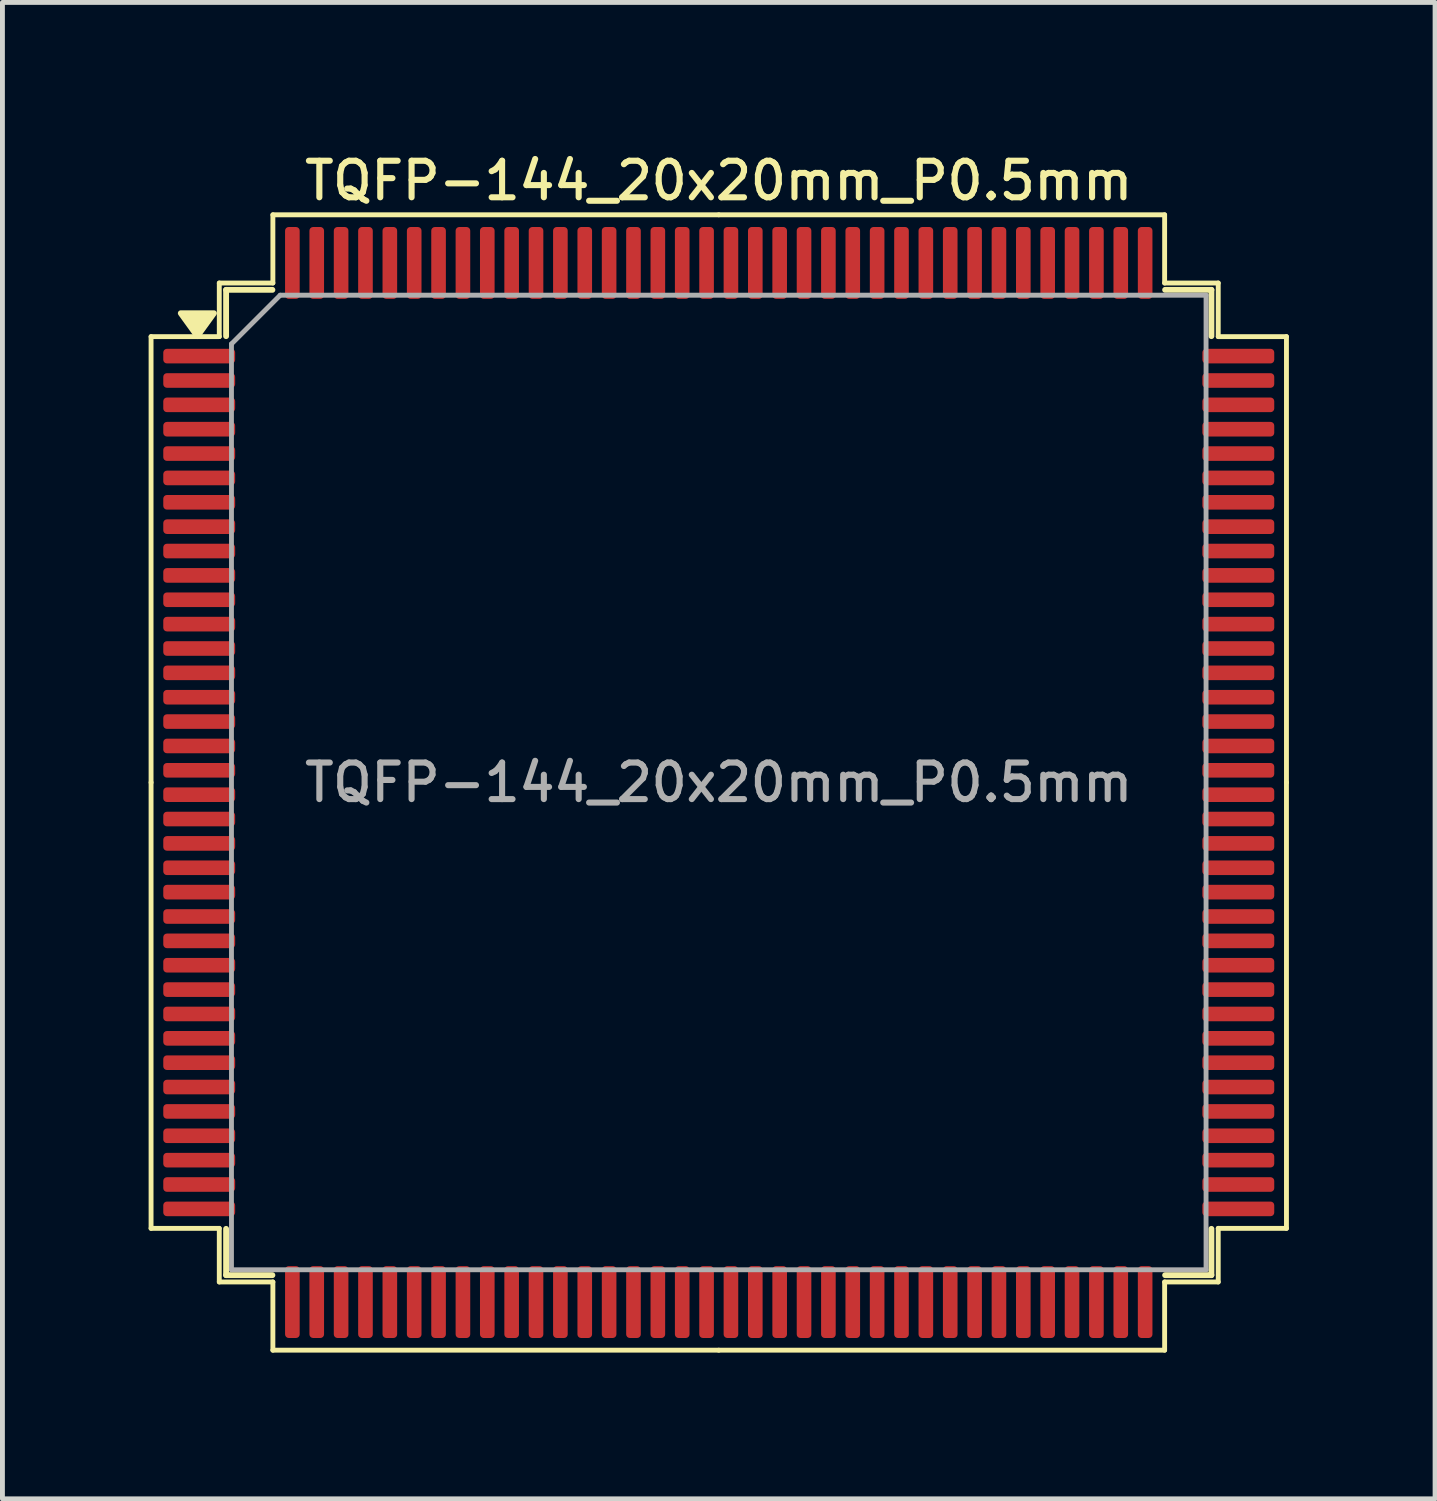
<source format=kicad_pcb>
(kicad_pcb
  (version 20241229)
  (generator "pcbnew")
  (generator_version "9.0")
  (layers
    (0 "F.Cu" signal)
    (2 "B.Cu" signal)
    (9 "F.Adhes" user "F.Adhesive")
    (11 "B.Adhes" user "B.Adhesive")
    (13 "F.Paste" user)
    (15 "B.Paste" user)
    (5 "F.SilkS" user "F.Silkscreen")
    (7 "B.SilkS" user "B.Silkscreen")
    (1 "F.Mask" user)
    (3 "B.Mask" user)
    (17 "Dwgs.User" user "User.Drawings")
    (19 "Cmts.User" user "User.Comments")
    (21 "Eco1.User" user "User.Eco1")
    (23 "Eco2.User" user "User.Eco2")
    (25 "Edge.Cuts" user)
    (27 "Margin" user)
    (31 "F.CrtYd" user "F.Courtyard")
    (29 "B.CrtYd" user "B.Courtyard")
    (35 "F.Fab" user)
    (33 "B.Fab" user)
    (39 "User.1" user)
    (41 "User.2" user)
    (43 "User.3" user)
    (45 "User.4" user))
  (footprint "TQFP-144_20x20mm_P0.5mm"
    (layer "F.Cu")
    (at 11.7 13.008)
    (property "Reference" "TQFP-144_20x20mm_P0.5mm" (at 0 -12.35 0) (layer "F.SilkS") (effects (font (size 0.75 0.75) (thickness 0.125))))
    (attr smd)
    (fp_line (start -11.65 -9.15) (end -11.65 0) (stroke (width 0.1) (type solid)) (layer "F.SilkS"))
    (fp_line (start -11.65 9.15) (end -11.65 0) (stroke (width 0.1) (type solid)) (layer "F.SilkS"))
    (fp_line (start -10.25 -10.25) (end -10.25 -9.15) (stroke (width 0.1) (type solid)) (layer "F.SilkS"))
    (fp_line (start -10.25 -9.15) (end -11.65 -9.15) (stroke (width 0.1) (type solid)) (layer "F.SilkS"))
    (fp_line (start -10.25 9.15) (end -11.65 9.15) (stroke (width 0.1) (type solid)) (layer "F.SilkS"))
    (fp_line (start -10.25 10.25) (end -10.25 9.15) (stroke (width 0.1) (type solid)) (layer "F.SilkS"))
    (fp_line (start -10.11 -10.11) (end -10.11 -9.16) (stroke (width 0.12) (type solid)) (layer "F.SilkS"))
    (fp_line (start -10.11 10.11) (end -10.11 9.16) (stroke (width 0.12) (type solid)) (layer "F.SilkS"))
    (fp_line (start -9.16 -10.11) (end -10.11 -10.11) (stroke (width 0.12) (type solid)) (layer "F.SilkS"))
    (fp_line (start -9.16 10.11) (end -10.11 10.11) (stroke (width 0.12) (type solid)) (layer "F.SilkS"))
    (fp_line (start -9.15 -11.65) (end -9.15 -10.25) (stroke (width 0.1) (type solid)) (layer "F.SilkS"))
    (fp_line (start -9.15 -10.25) (end -10.25 -10.25) (stroke (width 0.1) (type solid)) (layer "F.SilkS"))
    (fp_line (start -9.15 10.25) (end -10.25 10.25) (stroke (width 0.1) (type solid)) (layer "F.SilkS"))
    (fp_line (start -9.15 11.65) (end -9.15 10.25) (stroke (width 0.1) (type solid)) (layer "F.SilkS"))
    (fp_line (start 0 -11.65) (end -9.15 -11.65) (stroke (width 0.1) (type solid)) (layer "F.SilkS"))
    (fp_line (start 0 -11.65) (end 9.15 -11.65) (stroke (width 0.1) (type solid)) (layer "F.SilkS"))
    (fp_line (start 0 11.65) (end -9.15 11.65) (stroke (width 0.1) (type solid)) (layer "F.SilkS"))
    (fp_line (start 0 11.65) (end 9.15 11.65) (stroke (width 0.1) (type solid)) (layer "F.SilkS"))
    (fp_line (start 9.15 -11.65) (end 9.15 -10.25) (stroke (width 0.1) (type solid)) (layer "F.SilkS"))
    (fp_line (start 9.15 -10.25) (end 10.25 -10.25) (stroke (width 0.1) (type solid)) (layer "F.SilkS"))
    (fp_line (start 9.15 10.25) (end 10.25 10.25) (stroke (width 0.1) (type solid)) (layer "F.SilkS"))
    (fp_line (start 9.15 11.65) (end 9.15 10.25) (stroke (width 0.1) (type solid)) (layer "F.SilkS"))
    (fp_line (start 9.16 -10.11) (end 10.11 -10.11) (stroke (width 0.12) (type solid)) (layer "F.SilkS"))
    (fp_line (start 9.16 10.11) (end 10.11 10.11) (stroke (width 0.12) (type solid)) (layer "F.SilkS"))
    (fp_line (start 10.11 -10.11) (end 10.11 -9.16) (stroke (width 0.12) (type solid)) (layer "F.SilkS"))
    (fp_line (start 10.11 10.11) (end 10.11 9.16) (stroke (width 0.12) (type solid)) (layer "F.SilkS"))
    (fp_line (start 10.25 -10.25) (end 10.25 -9.15) (stroke (width 0.1) (type solid)) (layer "F.SilkS"))
    (fp_line (start 10.25 -9.15) (end 11.65 -9.15) (stroke (width 0.1) (type solid)) (layer "F.SilkS"))
    (fp_line (start 10.25 9.15) (end 11.65 9.15) (stroke (width 0.1) (type solid)) (layer "F.SilkS"))
    (fp_line (start 10.25 10.25) (end 10.25 9.15) (stroke (width 0.1) (type solid)) (layer "F.SilkS"))
    (fp_line (start 11.65 -9.15) (end 11.65 0) (stroke (width 0.1) (type solid)) (layer "F.SilkS"))
    (fp_line (start 11.65 9.15) (end 11.65 0) (stroke (width 0.1) (type solid)) (layer "F.SilkS"))
    (fp_poly (pts (xy -10.7 -9.16) (xy -11.04 -9.63) (xy -10.36 -9.63) (xy -10.7 -9.16)) (stroke (width 0.12) (type solid)) (fill yes) (layer "F.SilkS"))
    (fp_line (start -10 -9) (end -9 -10) (stroke (width 0.1) (type solid)) (layer "F.Fab"))
    (fp_line (start -10 10) (end -10 -9) (stroke (width 0.1) (type solid)) (layer "F.Fab"))
    (fp_line (start -9 -10) (end 10 -10) (stroke (width 0.1) (type solid)) (layer "F.Fab"))
    (fp_line (start 10 -10) (end 10 10) (stroke (width 0.1) (type solid)) (layer "F.Fab"))
    (fp_line (start 10 10) (end -10 10) (stroke (width 0.1) (type solid)) (layer "F.Fab"))
    (fp_text user "${REFERENCE}" (at 0 0 0) (layer "F.Fab") (effects (font (size 0.75 0.75) (thickness 0.125))))
    (pad "1" smd roundrect (at -10.662 -8.75) (size 1.475 0.3) (layers "F.Cu" "F.Mask" "F.Paste") (roundrect_rratio 0.25))
    (pad "2" smd roundrect (at -10.662 -8.25) (size 1.475 0.3) (layers "F.Cu" "F.Mask" "F.Paste") (roundrect_rratio 0.25))
    (pad "3" smd roundrect (at -10.662 -7.75) (size 1.475 0.3) (layers "F.Cu" "F.Mask" "F.Paste") (roundrect_rratio 0.25))
    (pad "4" smd roundrect (at -10.662 -7.25) (size 1.475 0.3) (layers "F.Cu" "F.Mask" "F.Paste") (roundrect_rratio 0.25))
    (pad "5" smd roundrect (at -10.662 -6.75) (size 1.475 0.3) (layers "F.Cu" "F.Mask" "F.Paste") (roundrect_rratio 0.25))
    (pad "6" smd roundrect (at -10.662 -6.25) (size 1.475 0.3) (layers "F.Cu" "F.Mask" "F.Paste") (roundrect_rratio 0.25))
    (pad "7" smd roundrect (at -10.662 -5.75) (size 1.475 0.3) (layers "F.Cu" "F.Mask" "F.Paste") (roundrect_rratio 0.25))
    (pad "8" smd roundrect (at -10.662 -5.25) (size 1.475 0.3) (layers "F.Cu" "F.Mask" "F.Paste") (roundrect_rratio 0.25))
    (pad "9" smd roundrect (at -10.662 -4.75) (size 1.475 0.3) (layers "F.Cu" "F.Mask" "F.Paste") (roundrect_rratio 0.25))
    (pad "10" smd roundrect (at -10.662 -4.25) (size 1.475 0.3) (layers "F.Cu" "F.Mask" "F.Paste") (roundrect_rratio 0.25))
    (pad "11" smd roundrect (at -10.662 -3.75) (size 1.475 0.3) (layers "F.Cu" "F.Mask" "F.Paste") (roundrect_rratio 0.25))
    (pad "12" smd roundrect (at -10.662 -3.25) (size 1.475 0.3) (layers "F.Cu" "F.Mask" "F.Paste") (roundrect_rratio 0.25))
    (pad "13" smd roundrect (at -10.662 -2.75) (size 1.475 0.3) (layers "F.Cu" "F.Mask" "F.Paste") (roundrect_rratio 0.25))
    (pad "14" smd roundrect (at -10.662 -2.25) (size 1.475 0.3) (layers "F.Cu" "F.Mask" "F.Paste") (roundrect_rratio 0.25))
    (pad "15" smd roundrect (at -10.662 -1.75) (size 1.475 0.3) (layers "F.Cu" "F.Mask" "F.Paste") (roundrect_rratio 0.25))
    (pad "16" smd roundrect (at -10.662 -1.25) (size 1.475 0.3) (layers "F.Cu" "F.Mask" "F.Paste") (roundrect_rratio 0.25))
    (pad "17" smd roundrect (at -10.662 -0.75) (size 1.475 0.3) (layers "F.Cu" "F.Mask" "F.Paste") (roundrect_rratio 0.25))
    (pad "18" smd roundrect (at -10.662 -0.25) (size 1.475 0.3) (layers "F.Cu" "F.Mask" "F.Paste") (roundrect_rratio 0.25))
    (pad "19" smd roundrect (at -10.662 0.25) (size 1.475 0.3) (layers "F.Cu" "F.Mask" "F.Paste") (roundrect_rratio 0.25))
    (pad "20" smd roundrect (at -10.662 0.75) (size 1.475 0.3) (layers "F.Cu" "F.Mask" "F.Paste") (roundrect_rratio 0.25))
    (pad "21" smd roundrect (at -10.662 1.25) (size 1.475 0.3) (layers "F.Cu" "F.Mask" "F.Paste") (roundrect_rratio 0.25))
    (pad "22" smd roundrect (at -10.662 1.75) (size 1.475 0.3) (layers "F.Cu" "F.Mask" "F.Paste") (roundrect_rratio 0.25))
    (pad "23" smd roundrect (at -10.662 2.25) (size 1.475 0.3) (layers "F.Cu" "F.Mask" "F.Paste") (roundrect_rratio 0.25))
    (pad "24" smd roundrect (at -10.662 2.75) (size 1.475 0.3) (layers "F.Cu" "F.Mask" "F.Paste") (roundrect_rratio 0.25))
    (pad "25" smd roundrect (at -10.662 3.25) (size 1.475 0.3) (layers "F.Cu" "F.Mask" "F.Paste") (roundrect_rratio 0.25))
    (pad "26" smd roundrect (at -10.662 3.75) (size 1.475 0.3) (layers "F.Cu" "F.Mask" "F.Paste") (roundrect_rratio 0.25))
    (pad "27" smd roundrect (at -10.662 4.25) (size 1.475 0.3) (layers "F.Cu" "F.Mask" "F.Paste") (roundrect_rratio 0.25))
    (pad "28" smd roundrect (at -10.662 4.75) (size 1.475 0.3) (layers "F.Cu" "F.Mask" "F.Paste") (roundrect_rratio 0.25))
    (pad "29" smd roundrect (at -10.662 5.25) (size 1.475 0.3) (layers "F.Cu" "F.Mask" "F.Paste") (roundrect_rratio 0.25))
    (pad "30" smd roundrect (at -10.662 5.75) (size 1.475 0.3) (layers "F.Cu" "F.Mask" "F.Paste") (roundrect_rratio 0.25))
    (pad "31" smd roundrect (at -10.662 6.25) (size 1.475 0.3) (layers "F.Cu" "F.Mask" "F.Paste") (roundrect_rratio 0.25))
    (pad "32" smd roundrect (at -10.662 6.75) (size 1.475 0.3) (layers "F.Cu" "F.Mask" "F.Paste") (roundrect_rratio 0.25))
    (pad "33" smd roundrect (at -10.662 7.25) (size 1.475 0.3) (layers "F.Cu" "F.Mask" "F.Paste") (roundrect_rratio 0.25))
    (pad "34" smd roundrect (at -10.662 7.75) (size 1.475 0.3) (layers "F.Cu" "F.Mask" "F.Paste") (roundrect_rratio 0.25))
    (pad "35" smd roundrect (at -10.662 8.25) (size 1.475 0.3) (layers "F.Cu" "F.Mask" "F.Paste") (roundrect_rratio 0.25))
    (pad "36" smd roundrect (at -10.662 8.75) (size 1.475 0.3) (layers "F.Cu" "F.Mask" "F.Paste") (roundrect_rratio 0.25))
    (pad "37" smd roundrect (at -8.75 10.662) (size 0.3 1.475) (layers "F.Cu" "F.Mask" "F.Paste") (roundrect_rratio 0.25))
    (pad "38" smd roundrect (at -8.25 10.662) (size 0.3 1.475) (layers "F.Cu" "F.Mask" "F.Paste") (roundrect_rratio 0.25))
    (pad "39" smd roundrect (at -7.75 10.662) (size 0.3 1.475) (layers "F.Cu" "F.Mask" "F.Paste") (roundrect_rratio 0.25))
    (pad "40" smd roundrect (at -7.25 10.662) (size 0.3 1.475) (layers "F.Cu" "F.Mask" "F.Paste") (roundrect_rratio 0.25))
    (pad "41" smd roundrect (at -6.75 10.662) (size 0.3 1.475) (layers "F.Cu" "F.Mask" "F.Paste") (roundrect_rratio 0.25))
    (pad "42" smd roundrect (at -6.25 10.662) (size 0.3 1.475) (layers "F.Cu" "F.Mask" "F.Paste") (roundrect_rratio 0.25))
    (pad "43" smd roundrect (at -5.75 10.662) (size 0.3 1.475) (layers "F.Cu" "F.Mask" "F.Paste") (roundrect_rratio 0.25))
    (pad "44" smd roundrect (at -5.25 10.662) (size 0.3 1.475) (layers "F.Cu" "F.Mask" "F.Paste") (roundrect_rratio 0.25))
    (pad "45" smd roundrect (at -4.75 10.662) (size 0.3 1.475) (layers "F.Cu" "F.Mask" "F.Paste") (roundrect_rratio 0.25))
    (pad "46" smd roundrect (at -4.25 10.662) (size 0.3 1.475) (layers "F.Cu" "F.Mask" "F.Paste") (roundrect_rratio 0.25))
    (pad "47" smd roundrect (at -3.75 10.662) (size 0.3 1.475) (layers "F.Cu" "F.Mask" "F.Paste") (roundrect_rratio 0.25))
    (pad "48" smd roundrect (at -3.25 10.662) (size 0.3 1.475) (layers "F.Cu" "F.Mask" "F.Paste") (roundrect_rratio 0.25))
    (pad "49" smd roundrect (at -2.75 10.662) (size 0.3 1.475) (layers "F.Cu" "F.Mask" "F.Paste") (roundrect_rratio 0.25))
    (pad "50" smd roundrect (at -2.25 10.662) (size 0.3 1.475) (layers "F.Cu" "F.Mask" "F.Paste") (roundrect_rratio 0.25))
    (pad "51" smd roundrect (at -1.75 10.662) (size 0.3 1.475) (layers "F.Cu" "F.Mask" "F.Paste") (roundrect_rratio 0.25))
    (pad "52" smd roundrect (at -1.25 10.662) (size 0.3 1.475) (layers "F.Cu" "F.Mask" "F.Paste") (roundrect_rratio 0.25))
    (pad "53" smd roundrect (at -0.75 10.662) (size 0.3 1.475) (layers "F.Cu" "F.Mask" "F.Paste") (roundrect_rratio 0.25))
    (pad "54" smd roundrect (at -0.25 10.662) (size 0.3 1.475) (layers "F.Cu" "F.Mask" "F.Paste") (roundrect_rratio 0.25))
    (pad "55" smd roundrect (at 0.25 10.662) (size 0.3 1.475) (layers "F.Cu" "F.Mask" "F.Paste") (roundrect_rratio 0.25))
    (pad "56" smd roundrect (at 0.75 10.662) (size 0.3 1.475) (layers "F.Cu" "F.Mask" "F.Paste") (roundrect_rratio 0.25))
    (pad "57" smd roundrect (at 1.25 10.662) (size 0.3 1.475) (layers "F.Cu" "F.Mask" "F.Paste") (roundrect_rratio 0.25))
    (pad "58" smd roundrect (at 1.75 10.662) (size 0.3 1.475) (layers "F.Cu" "F.Mask" "F.Paste") (roundrect_rratio 0.25))
    (pad "59" smd roundrect (at 2.25 10.662) (size 0.3 1.475) (layers "F.Cu" "F.Mask" "F.Paste") (roundrect_rratio 0.25))
    (pad "60" smd roundrect (at 2.75 10.662) (size 0.3 1.475) (layers "F.Cu" "F.Mask" "F.Paste") (roundrect_rratio 0.25))
    (pad "61" smd roundrect (at 3.25 10.662) (size 0.3 1.475) (layers "F.Cu" "F.Mask" "F.Paste") (roundrect_rratio 0.25))
    (pad "62" smd roundrect (at 3.75 10.662) (size 0.3 1.475) (layers "F.Cu" "F.Mask" "F.Paste") (roundrect_rratio 0.25))
    (pad "63" smd roundrect (at 4.25 10.662) (size 0.3 1.475) (layers "F.Cu" "F.Mask" "F.Paste") (roundrect_rratio 0.25))
    (pad "64" smd roundrect (at 4.75 10.662) (size 0.3 1.475) (layers "F.Cu" "F.Mask" "F.Paste") (roundrect_rratio 0.25))
    (pad "65" smd roundrect (at 5.25 10.662) (size 0.3 1.475) (layers "F.Cu" "F.Mask" "F.Paste") (roundrect_rratio 0.25))
    (pad "66" smd roundrect (at 5.75 10.662) (size 0.3 1.475) (layers "F.Cu" "F.Mask" "F.Paste") (roundrect_rratio 0.25))
    (pad "67" smd roundrect (at 6.25 10.662) (size 0.3 1.475) (layers "F.Cu" "F.Mask" "F.Paste") (roundrect_rratio 0.25))
    (pad "68" smd roundrect (at 6.75 10.662) (size 0.3 1.475) (layers "F.Cu" "F.Mask" "F.Paste") (roundrect_rratio 0.25))
    (pad "69" smd roundrect (at 7.25 10.662) (size 0.3 1.475) (layers "F.Cu" "F.Mask" "F.Paste") (roundrect_rratio 0.25))
    (pad "70" smd roundrect (at 7.75 10.662) (size 0.3 1.475) (layers "F.Cu" "F.Mask" "F.Paste") (roundrect_rratio 0.25))
    (pad "71" smd roundrect (at 8.25 10.662) (size 0.3 1.475) (layers "F.Cu" "F.Mask" "F.Paste") (roundrect_rratio 0.25))
    (pad "72" smd roundrect (at 8.75 10.662) (size 0.3 1.475) (layers "F.Cu" "F.Mask" "F.Paste") (roundrect_rratio 0.25))
    (pad "73" smd roundrect (at 10.662 8.75) (size 1.475 0.3) (layers "F.Cu" "F.Mask" "F.Paste") (roundrect_rratio 0.25))
    (pad "74" smd roundrect (at 10.662 8.25) (size 1.475 0.3) (layers "F.Cu" "F.Mask" "F.Paste") (roundrect_rratio 0.25))
    (pad "75" smd roundrect (at 10.662 7.75) (size 1.475 0.3) (layers "F.Cu" "F.Mask" "F.Paste") (roundrect_rratio 0.25))
    (pad "76" smd roundrect (at 10.662 7.25) (size 1.475 0.3) (layers "F.Cu" "F.Mask" "F.Paste") (roundrect_rratio 0.25))
    (pad "77" smd roundrect (at 10.662 6.75) (size 1.475 0.3) (layers "F.Cu" "F.Mask" "F.Paste") (roundrect_rratio 0.25))
    (pad "78" smd roundrect (at 10.662 6.25) (size 1.475 0.3) (layers "F.Cu" "F.Mask" "F.Paste") (roundrect_rratio 0.25))
    (pad "79" smd roundrect (at 10.662 5.75) (size 1.475 0.3) (layers "F.Cu" "F.Mask" "F.Paste") (roundrect_rratio 0.25))
    (pad "80" smd roundrect (at 10.662 5.25) (size 1.475 0.3) (layers "F.Cu" "F.Mask" "F.Paste") (roundrect_rratio 0.25))
    (pad "81" smd roundrect (at 10.662 4.75) (size 1.475 0.3) (layers "F.Cu" "F.Mask" "F.Paste") (roundrect_rratio 0.25))
    (pad "82" smd roundrect (at 10.662 4.25) (size 1.475 0.3) (layers "F.Cu" "F.Mask" "F.Paste") (roundrect_rratio 0.25))
    (pad "83" smd roundrect (at 10.662 3.75) (size 1.475 0.3) (layers "F.Cu" "F.Mask" "F.Paste") (roundrect_rratio 0.25))
    (pad "84" smd roundrect (at 10.662 3.25) (size 1.475 0.3) (layers "F.Cu" "F.Mask" "F.Paste") (roundrect_rratio 0.25))
    (pad "85" smd roundrect (at 10.662 2.75) (size 1.475 0.3) (layers "F.Cu" "F.Mask" "F.Paste") (roundrect_rratio 0.25))
    (pad "86" smd roundrect (at 10.662 2.25) (size 1.475 0.3) (layers "F.Cu" "F.Mask" "F.Paste") (roundrect_rratio 0.25))
    (pad "87" smd roundrect (at 10.662 1.75) (size 1.475 0.3) (layers "F.Cu" "F.Mask" "F.Paste") (roundrect_rratio 0.25))
    (pad "88" smd roundrect (at 10.662 1.25) (size 1.475 0.3) (layers "F.Cu" "F.Mask" "F.Paste") (roundrect_rratio 0.25))
    (pad "89" smd roundrect (at 10.662 0.75) (size 1.475 0.3) (layers "F.Cu" "F.Mask" "F.Paste") (roundrect_rratio 0.25))
    (pad "90" smd roundrect (at 10.662 0.25) (size 1.475 0.3) (layers "F.Cu" "F.Mask" "F.Paste") (roundrect_rratio 0.25))
    (pad "91" smd roundrect (at 10.662 -0.25) (size 1.475 0.3) (layers "F.Cu" "F.Mask" "F.Paste") (roundrect_rratio 0.25))
    (pad "92" smd roundrect (at 10.662 -0.75) (size 1.475 0.3) (layers "F.Cu" "F.Mask" "F.Paste") (roundrect_rratio 0.25))
    (pad "93" smd roundrect (at 10.662 -1.25) (size 1.475 0.3) (layers "F.Cu" "F.Mask" "F.Paste") (roundrect_rratio 0.25))
    (pad "94" smd roundrect (at 10.662 -1.75) (size 1.475 0.3) (layers "F.Cu" "F.Mask" "F.Paste") (roundrect_rratio 0.25))
    (pad "95" smd roundrect (at 10.662 -2.25) (size 1.475 0.3) (layers "F.Cu" "F.Mask" "F.Paste") (roundrect_rratio 0.25))
    (pad "96" smd roundrect (at 10.662 -2.75) (size 1.475 0.3) (layers "F.Cu" "F.Mask" "F.Paste") (roundrect_rratio 0.25))
    (pad "97" smd roundrect (at 10.662 -3.25) (size 1.475 0.3) (layers "F.Cu" "F.Mask" "F.Paste") (roundrect_rratio 0.25))
    (pad "98" smd roundrect (at 10.662 -3.75) (size 1.475 0.3) (layers "F.Cu" "F.Mask" "F.Paste") (roundrect_rratio 0.25))
    (pad "99" smd roundrect (at 10.662 -4.25) (size 1.475 0.3) (layers "F.Cu" "F.Mask" "F.Paste") (roundrect_rratio 0.25))
    (pad "100" smd roundrect (at 10.662 -4.75) (size 1.475 0.3) (layers "F.Cu" "F.Mask" "F.Paste") (roundrect_rratio 0.25))
    (pad "101" smd roundrect (at 10.662 -5.25) (size 1.475 0.3) (layers "F.Cu" "F.Mask" "F.Paste") (roundrect_rratio 0.25))
    (pad "102" smd roundrect (at 10.662 -5.75) (size 1.475 0.3) (layers "F.Cu" "F.Mask" "F.Paste") (roundrect_rratio 0.25))
    (pad "103" smd roundrect (at 10.662 -6.25) (size 1.475 0.3) (layers "F.Cu" "F.Mask" "F.Paste") (roundrect_rratio 0.25))
    (pad "104" smd roundrect (at 10.662 -6.75) (size 1.475 0.3) (layers "F.Cu" "F.Mask" "F.Paste") (roundrect_rratio 0.25))
    (pad "105" smd roundrect (at 10.662 -7.25) (size 1.475 0.3) (layers "F.Cu" "F.Mask" "F.Paste") (roundrect_rratio 0.25))
    (pad "106" smd roundrect (at 10.662 -7.75) (size 1.475 0.3) (layers "F.Cu" "F.Mask" "F.Paste") (roundrect_rratio 0.25))
    (pad "107" smd roundrect (at 10.662 -8.25) (size 1.475 0.3) (layers "F.Cu" "F.Mask" "F.Paste") (roundrect_rratio 0.25))
    (pad "108" smd roundrect (at 10.662 -8.75) (size 1.475 0.3) (layers "F.Cu" "F.Mask" "F.Paste") (roundrect_rratio 0.25))
    (pad "109" smd roundrect (at 8.75 -10.662) (size 0.3 1.475) (layers "F.Cu" "F.Mask" "F.Paste") (roundrect_rratio 0.25))
    (pad "110" smd roundrect (at 8.25 -10.662) (size 0.3 1.475) (layers "F.Cu" "F.Mask" "F.Paste") (roundrect_rratio 0.25))
    (pad "111" smd roundrect (at 7.75 -10.662) (size 0.3 1.475) (layers "F.Cu" "F.Mask" "F.Paste") (roundrect_rratio 0.25))
    (pad "112" smd roundrect (at 7.25 -10.662) (size 0.3 1.475) (layers "F.Cu" "F.Mask" "F.Paste") (roundrect_rratio 0.25))
    (pad "113" smd roundrect (at 6.75 -10.662) (size 0.3 1.475) (layers "F.Cu" "F.Mask" "F.Paste") (roundrect_rratio 0.25))
    (pad "114" smd roundrect (at 6.25 -10.662) (size 0.3 1.475) (layers "F.Cu" "F.Mask" "F.Paste") (roundrect_rratio 0.25))
    (pad "115" smd roundrect (at 5.75 -10.662) (size 0.3 1.475) (layers "F.Cu" "F.Mask" "F.Paste") (roundrect_rratio 0.25))
    (pad "116" smd roundrect (at 5.25 -10.662) (size 0.3 1.475) (layers "F.Cu" "F.Mask" "F.Paste") (roundrect_rratio 0.25))
    (pad "117" smd roundrect (at 4.75 -10.662) (size 0.3 1.475) (layers "F.Cu" "F.Mask" "F.Paste") (roundrect_rratio 0.25))
    (pad "118" smd roundrect (at 4.25 -10.662) (size 0.3 1.475) (layers "F.Cu" "F.Mask" "F.Paste") (roundrect_rratio 0.25))
    (pad "119" smd roundrect (at 3.75 -10.662) (size 0.3 1.475) (layers "F.Cu" "F.Mask" "F.Paste") (roundrect_rratio 0.25))
    (pad "120" smd roundrect (at 3.25 -10.662) (size 0.3 1.475) (layers "F.Cu" "F.Mask" "F.Paste") (roundrect_rratio 0.25))
    (pad "121" smd roundrect (at 2.75 -10.662) (size 0.3 1.475) (layers "F.Cu" "F.Mask" "F.Paste") (roundrect_rratio 0.25))
    (pad "122" smd roundrect (at 2.25 -10.662) (size 0.3 1.475) (layers "F.Cu" "F.Mask" "F.Paste") (roundrect_rratio 0.25))
    (pad "123" smd roundrect (at 1.75 -10.662) (size 0.3 1.475) (layers "F.Cu" "F.Mask" "F.Paste") (roundrect_rratio 0.25))
    (pad "124" smd roundrect (at 1.25 -10.662) (size 0.3 1.475) (layers "F.Cu" "F.Mask" "F.Paste") (roundrect_rratio 0.25))
    (pad "125" smd roundrect (at 0.75 -10.662) (size 0.3 1.475) (layers "F.Cu" "F.Mask" "F.Paste") (roundrect_rratio 0.25))
    (pad "126" smd roundrect (at 0.25 -10.662) (size 0.3 1.475) (layers "F.Cu" "F.Mask" "F.Paste") (roundrect_rratio 0.25))
    (pad "127" smd roundrect (at -0.25 -10.662) (size 0.3 1.475) (layers "F.Cu" "F.Mask" "F.Paste") (roundrect_rratio 0.25))
    (pad "128" smd roundrect (at -0.75 -10.662) (size 0.3 1.475) (layers "F.Cu" "F.Mask" "F.Paste") (roundrect_rratio 0.25))
    (pad "129" smd roundrect (at -1.25 -10.662) (size 0.3 1.475) (layers "F.Cu" "F.Mask" "F.Paste") (roundrect_rratio 0.25))
    (pad "130" smd roundrect (at -1.75 -10.662) (size 0.3 1.475) (layers "F.Cu" "F.Mask" "F.Paste") (roundrect_rratio 0.25))
    (pad "131" smd roundrect (at -2.25 -10.662) (size 0.3 1.475) (layers "F.Cu" "F.Mask" "F.Paste") (roundrect_rratio 0.25))
    (pad "132" smd roundrect (at -2.75 -10.662) (size 0.3 1.475) (layers "F.Cu" "F.Mask" "F.Paste") (roundrect_rratio 0.25))
    (pad "133" smd roundrect (at -3.25 -10.662) (size 0.3 1.475) (layers "F.Cu" "F.Mask" "F.Paste") (roundrect_rratio 0.25))
    (pad "134" smd roundrect (at -3.75 -10.662) (size 0.3 1.475) (layers "F.Cu" "F.Mask" "F.Paste") (roundrect_rratio 0.25))
    (pad "135" smd roundrect (at -4.25 -10.662) (size 0.3 1.475) (layers "F.Cu" "F.Mask" "F.Paste") (roundrect_rratio 0.25))
    (pad "136" smd roundrect (at -4.75 -10.662) (size 0.3 1.475) (layers "F.Cu" "F.Mask" "F.Paste") (roundrect_rratio 0.25))
    (pad "137" smd roundrect (at -5.25 -10.662) (size 0.3 1.475) (layers "F.Cu" "F.Mask" "F.Paste") (roundrect_rratio 0.25))
    (pad "138" smd roundrect (at -5.75 -10.662) (size 0.3 1.475) (layers "F.Cu" "F.Mask" "F.Paste") (roundrect_rratio 0.25))
    (pad "139" smd roundrect (at -6.25 -10.662) (size 0.3 1.475) (layers "F.Cu" "F.Mask" "F.Paste") (roundrect_rratio 0.25))
    (pad "140" smd roundrect (at -6.75 -10.662) (size 0.3 1.475) (layers "F.Cu" "F.Mask" "F.Paste") (roundrect_rratio 0.25))
    (pad "141" smd roundrect (at -7.25 -10.662) (size 0.3 1.475) (layers "F.Cu" "F.Mask" "F.Paste") (roundrect_rratio 0.25))
    (pad "142" smd roundrect (at -7.75 -10.662) (size 0.3 1.475) (layers "F.Cu" "F.Mask" "F.Paste") (roundrect_rratio 0.25))
    (pad "143" smd roundrect (at -8.25 -10.662) (size 0.3 1.475) (layers "F.Cu" "F.Mask" "F.Paste") (roundrect_rratio 0.25))
    (pad "144" smd roundrect (at -8.75 -10.662) (size 0.3 1.475) (layers "F.Cu" "F.Mask" "F.Paste") (roundrect_rratio 0.25)))
  (gr_rect
    (start -3 -3)
    (end 26.4 27.708)
    (stroke (width 0.1) (type default))
    (fill no)
    (layer "Edge.Cuts")))
</source>
